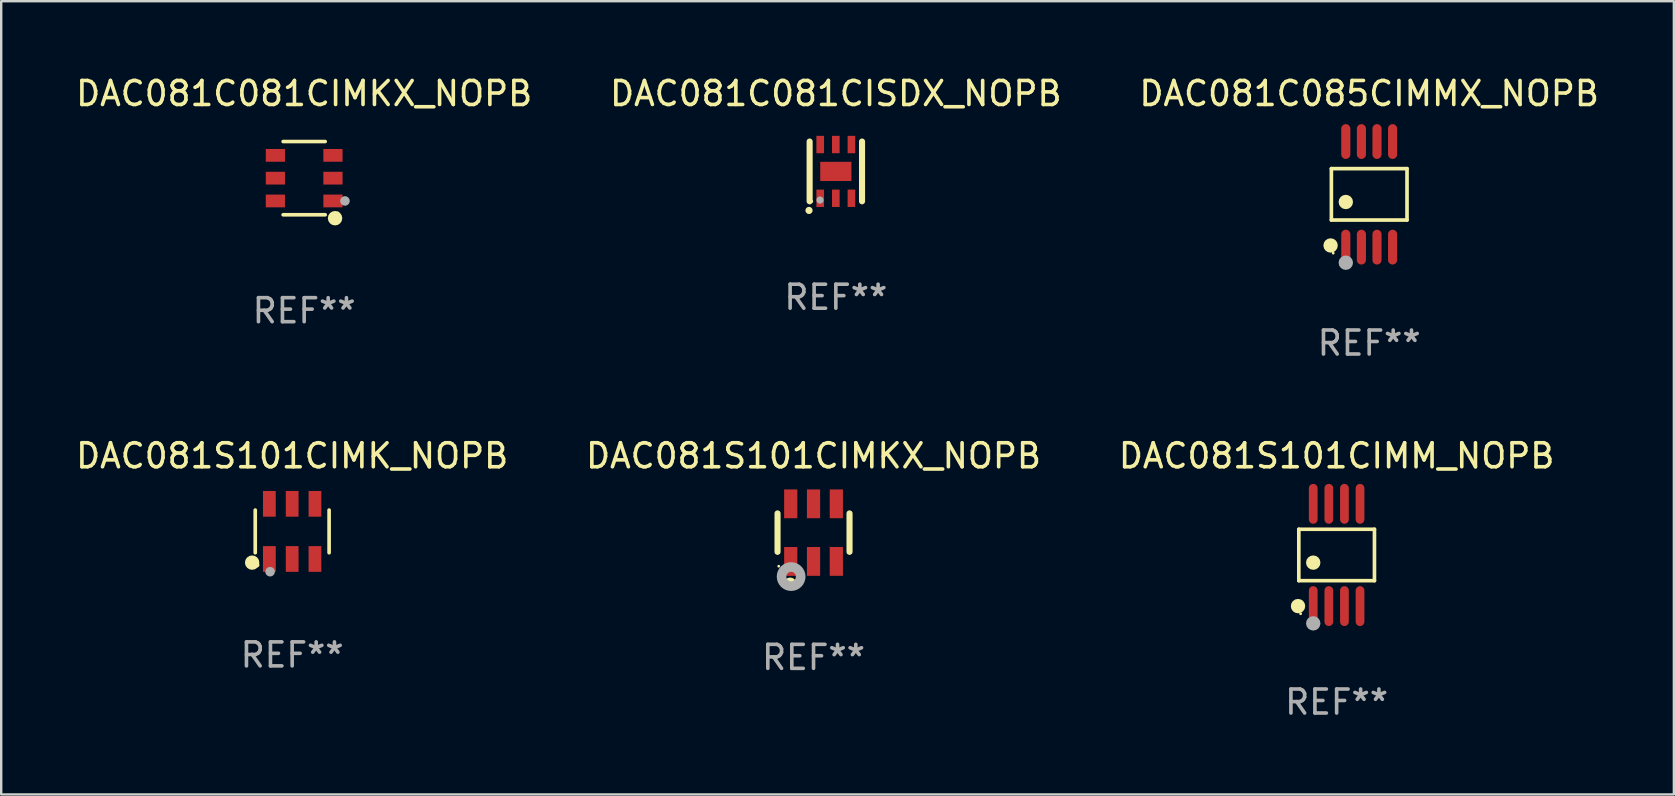
<source format=kicad_pcb>
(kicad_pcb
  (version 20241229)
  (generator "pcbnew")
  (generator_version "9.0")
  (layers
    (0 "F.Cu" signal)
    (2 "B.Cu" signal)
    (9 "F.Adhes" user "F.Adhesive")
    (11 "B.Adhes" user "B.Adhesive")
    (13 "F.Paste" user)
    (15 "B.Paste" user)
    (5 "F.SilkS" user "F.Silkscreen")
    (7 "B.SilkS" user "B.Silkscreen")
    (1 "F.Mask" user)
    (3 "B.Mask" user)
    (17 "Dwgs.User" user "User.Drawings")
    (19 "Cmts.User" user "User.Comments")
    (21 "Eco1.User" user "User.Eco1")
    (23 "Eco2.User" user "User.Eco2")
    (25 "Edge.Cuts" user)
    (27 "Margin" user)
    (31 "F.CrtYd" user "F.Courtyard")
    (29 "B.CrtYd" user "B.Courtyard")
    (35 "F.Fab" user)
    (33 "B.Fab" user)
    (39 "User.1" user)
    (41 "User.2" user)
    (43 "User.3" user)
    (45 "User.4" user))
  (footprint "DAC081S101CIMM_NOPB"
    (layer "F.Cu")
    (at 52.649 20.076)
    (property "Reference" "DAC081S101CIMM_NOPB" (at 0 -4.131 0) (layer "F.SilkS") (effects (font (size 1 1) (thickness 0.15))))
    (attr through_hole)
    (fp_line (start -1.576 -1.071) (end 1.576 -1.071) (stroke (width 0.152) (type solid)) (layer "F.SilkS"))
    (fp_line (start -1.576 1.071) (end -1.576 -1.071) (stroke (width 0.152) (type solid)) (layer "F.SilkS"))
    (fp_line (start 1.576 -1.071) (end 1.576 1.071) (stroke (width 0.152) (type solid)) (layer "F.SilkS"))
    (fp_line (start 1.576 1.071) (end -1.576 1.071) (stroke (width 0.152) (type solid)) (layer "F.SilkS"))
    (fp_circle (center -1.609 2.131) (end -1.459 2.131) (stroke (width 0.3) (type solid)) (fill no) (layer "F.SilkS"))
    (fp_circle (center -1.5 2.45) (end -1.47 2.45) (stroke (width 0.06) (type solid)) (fill no) (layer "F.SilkS"))
    (fp_circle (center -0.975 0.319) (end -0.825 0.319) (stroke (width 0.3) (type solid)) (fill no) (layer "F.SilkS"))
    (fp_circle (center -0.975 2.85) (end -0.825 2.85) (stroke (width 0.3) (type solid)) (fill no) (layer "F.Fab"))
    (fp_text user "REF**" (at 0 6.131 0) (layer "F.Fab") (effects (font (size 1 1) (thickness 0.15))))
    (pad "1" smd oval (at -0.975 2.131) (size 0.364 1.662) (layers "F.Cu" "F.Mask" "F.Paste"))
    (pad "2" smd oval (at -0.325 2.131) (size 0.364 1.662) (layers "F.Cu" "F.Mask" "F.Paste"))
    (pad "3" smd oval (at 0.325 2.131) (size 0.364 1.662) (layers "F.Cu" "F.Mask" "F.Paste"))
    (pad "4" smd oval (at 0.975 2.131) (size 0.364 1.662) (layers "F.Cu" "F.Mask" "F.Paste"))
    (pad "5" smd oval (at 0.975 -2.131) (size 0.364 1.662) (layers "F.Cu" "F.Mask" "F.Paste"))
    (pad "6" smd oval (at 0.325 -2.131) (size 0.364 1.662) (layers "F.Cu" "F.Mask" "F.Paste"))
    (pad "7" smd oval (at -0.325 -2.131) (size 0.364 1.662) (layers "F.Cu" "F.Mask" "F.Paste"))
    (pad "8" smd oval (at -0.975 -2.131) (size 0.364 1.662) (layers "F.Cu" "F.Mask" "F.Paste")))
  (footprint "DAC081C081CISDX_NOPB"
    (layer "F.Cu")
    (at 31.78 4.093)
    (property "Reference" "DAC081C081CISDX_NOPB" (at 0 -3.245 0) (layer "F.SilkS") (effects (font (size 1 1) (thickness 0.15))))
    (attr through_hole)
    (fp_line (start -1.092 1.245) (end -1.092 -1.245) (stroke (width 0.254) (type solid)) (layer "F.SilkS"))
    (fp_line (start 1.092 -1.245) (end 1.092 1.245) (stroke (width 0.254) (type solid)) (layer "F.SilkS"))
    (fp_circle (center -1.118 1.626) (end -1.043 1.626) (stroke (width 0.15) (type solid)) (fill no) (layer "F.SilkS"))
    (fp_circle (center -1 1.25) (end -0.97 1.25) (stroke (width 0.06) (type solid)) (fill no) (layer "F.SilkS"))
    (fp_circle (center -0.66 1.194) (end -0.585 1.194) (stroke (width 0.15) (type solid)) (fill no) (layer "F.Fab"))
    (fp_text user "REF**" (at 0 5.245 0) (layer "F.Fab") (effects (font (size 1 1) (thickness 0.15))))
    (pad "1" smd rect (at -0.65 1.12 180) (size 0.318 0.724) (layers "F.Cu" "F.Mask" "F.Paste"))
    (pad "2" smd rect (at 0 1.12 180) (size 0.318 0.724) (layers "F.Cu" "F.Mask" "F.Paste"))
    (pad "3" smd rect (at 0.65 1.12 180) (size 0.318 0.724) (layers "F.Cu" "F.Mask" "F.Paste"))
    (pad "4" smd rect (at 0.65 -1.12 180) (size 0.318 0.724) (layers "F.Cu" "F.Mask" "F.Paste"))
    (pad "5" smd rect (at 0 -1.12 180) (size 0.318 0.724) (layers "F.Cu" "F.Mask" "F.Paste"))
    (pad "6" smd rect (at -0.65 -1.12 180) (size 0.318 0.724) (layers "F.Cu" "F.Mask" "F.Paste"))
    (pad "7" smd rect (at 0 0 90) (size 0.8 1.3) (layers "F.Cu" "F.Mask" "F.Paste")))
  (footprint "DAC081S101CIMKX_NOPB"
    (layer "F.Cu")
    (at 30.851 19.145)
    (property "Reference" "DAC081S101CIMKX_NOPB" (at 0 -3.2 0) (layer "F.SilkS") (effects (font (size 1 1) (thickness 0.15))))
    (attr through_hole)
    (fp_line (start -1.5 0.8) (end -1.5 -0.8) (stroke (width 0.254) (type solid)) (layer "F.SilkS"))
    (fp_line (start 1.5 -0.8) (end 1.5 0.8) (stroke (width 0.254) (type solid)) (layer "F.SilkS"))
    (fp_circle (center -1.45 1.4) (end -1.42 1.4) (stroke (width 0.06) (type solid)) (fill no) (layer "F.SilkS"))
    (fp_circle (center -0.975 2.125) (end -0.848 2.125) (stroke (width 0.254) (type solid)) (fill no) (layer "F.SilkS"))
    (fp_circle (center -0.934 1.832) (end -0.735 1.832) (stroke (width 0.4) (type solid)) (fill no) (layer "F.Fab"))
    (fp_text user "REF**" (at 0 5.2 0) (layer "F.Fab") (effects (font (size 1 1) (thickness 0.15))))
    (pad "1" smd rect (at -0.95 1.2) (size 0.55 1.2) (layers "F.Cu" "F.Mask" "F.Paste"))
    (pad "2" smd rect (at 0 1.2) (size 0.55 1.2) (layers "F.Cu" "F.Mask" "F.Paste"))
    (pad "3" smd rect (at 0.95 1.2) (size 0.55 1.2) (layers "F.Cu" "F.Mask" "F.Paste"))
    (pad "4" smd rect (at 0.95 -1.2) (size 0.55 1.2) (layers "F.Cu" "F.Mask" "F.Paste"))
    (pad "5" smd rect (at 0 -1.2) (size 0.55 1.2) (layers "F.Cu" "F.Mask" "F.Paste"))
    (pad "6" smd rect (at -0.95 -1.2) (size 0.55 1.2) (layers "F.Cu" "F.Mask" "F.Paste")))
  (footprint "DAC081C085CIMMX_NOPB"
    (layer "F.Cu")
    (at 54.006 5.048)
    (property "Reference" "DAC081C085CIMMX_NOPB" (at 0 -4.2 0) (layer "F.SilkS") (effects (font (size 1 1) (thickness 0.15))))
    (attr through_hole)
    (fp_line (start -1.576 -1.071) (end 1.576 -1.071) (stroke (width 0.152) (type solid)) (layer "F.SilkS"))
    (fp_line (start -1.576 1.071) (end -1.576 -1.071) (stroke (width 0.152) (type solid)) (layer "F.SilkS"))
    (fp_line (start 1.576 -1.071) (end 1.576 1.071) (stroke (width 0.152) (type solid)) (layer "F.SilkS"))
    (fp_line (start 1.576 1.071) (end -1.576 1.071) (stroke (width 0.152) (type solid)) (layer "F.SilkS"))
    (fp_circle (center -1.609 2.131) (end -1.459 2.131) (stroke (width 0.3) (type solid)) (fill no) (layer "F.SilkS"))
    (fp_circle (center -1.5 2.45) (end -1.47 2.45) (stroke (width 0.06) (type solid)) (fill no) (layer "F.SilkS"))
    (fp_circle (center -0.975 0.319) (end -0.825 0.319) (stroke (width 0.3) (type solid)) (fill no) (layer "F.SilkS"))
    (fp_circle (center -0.975 2.85) (end -0.825 2.85) (stroke (width 0.3) (type solid)) (fill no) (layer "F.Fab"))
    (fp_text user "REF**" (at 0 6.2 0) (layer "F.Fab") (effects (font (size 1 1) (thickness 0.15))))
    (pad "1" smd oval (at -0.975 2.2) (size 0.38 1.45) (layers "F.Cu" "F.Mask" "F.Paste"))
    (pad "2" smd oval (at -0.325 2.2) (size 0.38 1.45) (layers "F.Cu" "F.Mask" "F.Paste"))
    (pad "3" smd oval (at 0.325 2.2) (size 0.38 1.45) (layers "F.Cu" "F.Mask" "F.Paste"))
    (pad "4" smd oval (at 0.975 2.2) (size 0.38 1.45) (layers "F.Cu" "F.Mask" "F.Paste"))
    (pad "5" smd oval (at 0.975 -2.2) (size 0.38 1.45) (layers "F.Cu" "F.Mask" "F.Paste"))
    (pad "6" smd oval (at 0.325 -2.2) (size 0.38 1.45) (layers "F.Cu" "F.Mask" "F.Paste"))
    (pad "7" smd oval (at -0.325 -2.2) (size 0.38 1.45) (layers "F.Cu" "F.Mask" "F.Paste"))
    (pad "8" smd oval (at -0.975 -2.2) (size 0.38 1.45) (layers "F.Cu" "F.Mask" "F.Paste")))
  (footprint "DAC081C081CIMKX_NOPB"
    (layer "F.Cu")
    (at 9.625 4.374)
    (property "Reference" "DAC081C081CIMKX_NOPB" (at 0 -3.526 0) (layer "F.SilkS") (effects (font (size 1 1) (thickness 0.15))))
    (attr through_hole)
    (fp_line (start 0.876 -1.526) (end -0.876 -1.526) (stroke (width 0.152) (type solid)) (layer "F.SilkS"))
    (fp_line (start 0.876 1.526) (end -0.876 1.526) (stroke (width 0.152) (type solid)) (layer "F.SilkS"))
    (fp_circle (center 1.287 1.669) (end 1.438 1.669) (stroke (width 0.3) (type solid)) (fill no) (layer "F.SilkS"))
    (fp_circle (center 1.4 1.45) (end 1.43 1.45) (stroke (width 0.06) (type solid)) (fill no) (layer "F.SilkS"))
    (fp_circle (center 1.7 0.95) (end 1.8 0.95) (stroke (width 0.2) (type solid)) (fill no) (layer "F.Fab"))
    (fp_text user "REF**" (at 0 5.526 0) (layer "F.Fab") (effects (font (size 1 1) (thickness 0.15))))
    (pad "1" smd rect (at 1.2 0.95) (size 0.8 0.532) (layers "F.Cu" "F.Mask" "F.Paste"))
    (pad "2" smd rect (at 1.2 0) (size 0.8 0.532) (layers "F.Cu" "F.Mask" "F.Paste"))
    (pad "3" smd rect (at 1.2 -0.95) (size 0.8 0.532) (layers "F.Cu" "F.Mask" "F.Paste"))
    (pad "4" smd rect (at -1.2 -0.95) (size 0.8 0.532) (layers "F.Cu" "F.Mask" "F.Paste"))
    (pad "5" smd rect (at -1.2 0) (size 0.8 0.532) (layers "F.Cu" "F.Mask" "F.Paste"))
    (pad "6" smd rect (at -1.2 0.95) (size 0.8 0.532) (layers "F.Cu" "F.Mask" "F.Paste")))
  (footprint "DAC081S101CIMK_NOPB"
    (layer "F.Cu")
    (at 9.125 19.094)
    (property "Reference" "DAC081S101CIMK_NOPB" (at 0 -3.149 0) (layer "F.SilkS") (effects (font (size 1 1) (thickness 0.15))))
    (attr through_hole)
    (fp_line (start -1.539 0.889) (end -1.539 -0.889) (stroke (width 0.152) (type solid)) (layer "F.SilkS"))
    (fp_line (start 1.539 0.889) (end 1.539 -0.889) (stroke (width 0.152) (type solid)) (layer "F.SilkS"))
    (fp_circle (center -1.668 1.301) (end -1.518 1.301) (stroke (width 0.3) (type solid)) (fill no) (layer "F.SilkS"))
    (fp_circle (center -1.463 1.4) (end -1.413 1.4) (stroke (width 0.1) (type solid)) (fill no) (layer "F.SilkS"))
    (fp_circle (center -0.92 1.68) (end -0.82 1.68) (stroke (width 0.2) (type solid)) (fill no) (layer "F.Fab"))
    (fp_text user "REF**" (at 0 5.149 0) (layer "F.Fab") (effects (font (size 1 1) (thickness 0.15))))
    (pad "1" smd rect (at -0.95 1.149) (size 0.532 1.072) (layers "F.Cu" "F.Mask" "F.Paste"))
    (pad "2" smd rect (at 0 1.149) (size 0.532 1.072) (layers "F.Cu" "F.Mask" "F.Paste"))
    (pad "3" smd rect (at 0.95 1.149) (size 0.532 1.072) (layers "F.Cu" "F.Mask" "F.Paste"))
    (pad "4" smd rect (at 0.95 -1.149) (size 0.532 1.072) (layers "F.Cu" "F.Mask" "F.Paste"))
    (pad "5" smd rect (at 0 -1.149) (size 0.532 1.072) (layers "F.Cu" "F.Mask" "F.Paste"))
    (pad "6" smd rect (at -0.95 -1.149) (size 0.532 1.072) (layers "F.Cu" "F.Mask" "F.Paste")))
  (gr_rect
    (start -3 -3)
    (end 66.702 30.055)
    (stroke (width 0.1) (type default))
    (fill no)
    (layer "Edge.Cuts")))
</source>
